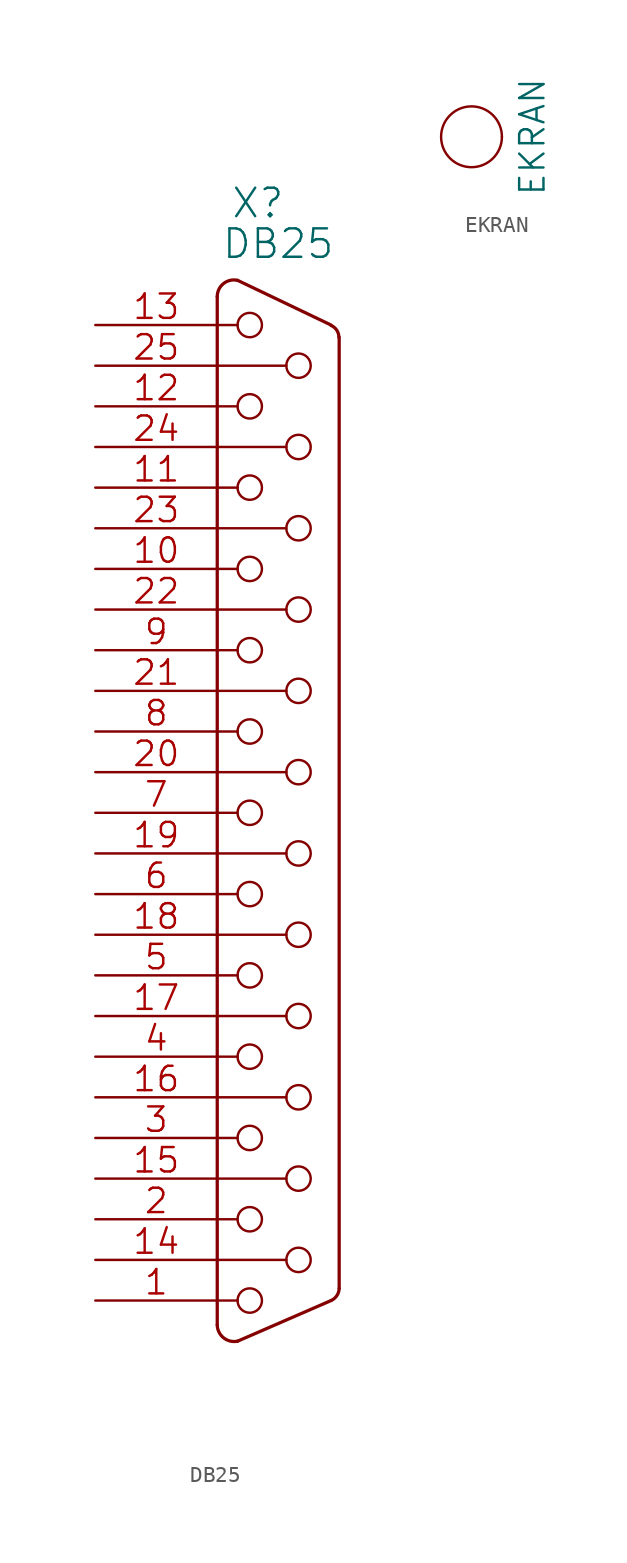
<source format=kicad_sym>
(kicad_symbol_lib
  (version 20211014)
  (generator kicad_symbol_editor)
  (symbol "DB25"
    (pin_names
      (offset 1.016) hide)
    (property "Reference" "X"
      (at -1.27 38.1 0)
      (effects (font (size 1.778 1.778))))
    (property "Value" "DB25"
      (at 0 35.56 0)
      (effects (font (size 1.778 1.778))))
    (property "Footprint" ""
      (at 0 0 0)
      (effects (font (size 1.524 1.524))))
    (property "Datasheet" ""
      (at 0 0 0)
      (effects (font (size 1.524 1.524))))
    (symbol "DB25_0_1"
      (arc (start -3.81 -32.004) (mid -3.4118 -32.8103) (end -2.54 -33.02) (stroke (width 0.2032) (type default) (color 0 0 0 0)) (fill (type none)))
      (arc (start -2.54 33.274) (mid -3.4192 33.0712) (end -3.81 32.258) (stroke (width 0.2032) (type default) (color 0 0 0 0)) (fill (type none)))
      (circle (center -1.778 -30.48) (radius 0.762) (stroke (width 0) (type default) (color 0 0 0 0)) (fill (type none)))
      (circle (center -1.778 -25.4) (radius 0.762) (stroke (width 0) (type default) (color 0 0 0 0)) (fill (type none)))
      (circle (center -1.778 -20.32) (radius 0.762) (stroke (width 0) (type default) (color 0 0 0 0)) (fill (type none)))
      (circle (center -1.778 -15.24) (radius 0.762) (stroke (width 0) (type default) (color 0 0 0 0)) (fill (type none)))
      (circle (center -1.778 -10.16) (radius 0.762) (stroke (width 0) (type default) (color 0 0 0 0)) (fill (type none)))
      (circle (center -1.778 -5.08) (radius 0.762) (stroke (width 0) (type default) (color 0 0 0 0)) (fill (type none)))
      (circle (center -1.778 0) (radius 0.762) (stroke (width 0) (type default) (color 0 0 0 0)) (fill (type none)))
      (circle (center -1.778 5.08) (radius 0.762) (stroke (width 0) (type default) (color 0 0 0 0)) (fill (type none)))
      (circle (center -1.778 10.16) (radius 0.762) (stroke (width 0) (type default) (color 0 0 0 0)) (fill (type none)))
      (circle (center -1.778 15.24) (radius 0.762) (stroke (width 0) (type default) (color 0 0 0 0)) (fill (type none)))
      (circle (center -1.778 20.32) (radius 0.762) (stroke (width 0) (type default) (color 0 0 0 0)) (fill (type none)))
      (circle (center -1.778 25.4) (radius 0.762) (stroke (width 0) (type default) (color 0 0 0 0)) (fill (type none)))
      (circle (center -1.778 30.48) (radius 0.762) (stroke (width 0) (type default) (color 0 0 0 0)) (fill (type none)))
      (polyline (pts (xy -3.81 -32.004) (xy -3.81 32.258)) (stroke (width 0.203) (type default) (color 0 0 0 0)) (fill (type none)))
      (polyline (pts (xy -3.81 -30.48) (xy -2.54 -30.48)) (stroke (width 0) (type default) (color 0 0 0 0)) (fill (type none)))
      (polyline (pts (xy -3.81 -27.94) (xy 0.508 -27.94)) (stroke (width 0) (type default) (color 0 0 0 0)) (fill (type none)))
      (polyline (pts (xy -3.81 -25.4) (xy -2.54 -25.4)) (stroke (width 0) (type default) (color 0 0 0 0)) (fill (type none)))
      (polyline (pts (xy -3.81 -22.86) (xy 0.508 -22.86)) (stroke (width 0) (type default) (color 0 0 0 0)) (fill (type none)))
      (polyline (pts (xy -3.81 -20.32) (xy -2.54 -20.32)) (stroke (width 0) (type default) (color 0 0 0 0)) (fill (type none)))
      (polyline (pts (xy -3.81 -17.78) (xy 0.508 -17.78)) (stroke (width 0) (type default) (color 0 0 0 0)) (fill (type none)))
      (polyline (pts (xy -3.81 -15.24) (xy -2.54 -15.24)) (stroke (width 0) (type default) (color 0 0 0 0)) (fill (type none)))
      (polyline (pts (xy -3.81 -12.7) (xy 0.508 -12.7)) (stroke (width 0) (type default) (color 0 0 0 0)) (fill (type none)))
      (polyline (pts (xy -3.81 -10.16) (xy -2.54 -10.16)) (stroke (width 0) (type default) (color 0 0 0 0)) (fill (type none)))
      (polyline (pts (xy -3.81 -7.62) (xy 0.508 -7.62)) (stroke (width 0) (type default) (color 0 0 0 0)) (fill (type none)))
      (polyline (pts (xy -3.81 -5.08) (xy -2.54 -5.08)) (stroke (width 0) (type default) (color 0 0 0 0)) (fill (type none)))
      (polyline (pts (xy -3.81 -2.54) (xy 0.508 -2.54)) (stroke (width 0) (type default) (color 0 0 0 0)) (fill (type none)))
      (polyline (pts (xy -3.81 0) (xy -2.54 0)) (stroke (width 0) (type default) (color 0 0 0 0)) (fill (type none)))
      (polyline (pts (xy -3.81 2.54) (xy 0.508 2.54)) (stroke (width 0) (type default) (color 0 0 0 0)) (fill (type none)))
      (polyline (pts (xy -3.81 5.08) (xy -2.54 5.08)) (stroke (width 0) (type default) (color 0 0 0 0)) (fill (type none)))
      (polyline (pts (xy -3.81 7.62) (xy 0.508 7.62)) (stroke (width 0) (type default) (color 0 0 0 0)) (fill (type none)))
      (polyline (pts (xy -3.81 10.16) (xy -2.54 10.16)) (stroke (width 0) (type default) (color 0 0 0 0)) (fill (type none)))
      (polyline (pts (xy -3.81 12.7) (xy 0.508 12.7)) (stroke (width 0) (type default) (color 0 0 0 0)) (fill (type none)))
      (polyline (pts (xy -3.81 15.24) (xy -2.54 15.24)) (stroke (width 0) (type default) (color 0 0 0 0)) (fill (type none)))
      (polyline (pts (xy -3.81 17.78) (xy 0.508 17.78)) (stroke (width 0) (type default) (color 0 0 0 0)) (fill (type none)))
      (polyline (pts (xy -3.81 20.32) (xy -2.54 20.32)) (stroke (width 0) (type default) (color 0 0 0 0)) (fill (type none)))
      (polyline (pts (xy -3.81 22.86) (xy 0.508 22.86)) (stroke (width 0) (type default) (color 0 0 0 0)) (fill (type none)))
      (polyline (pts (xy -3.81 25.4) (xy -2.54 25.4)) (stroke (width 0) (type default) (color 0 0 0 0)) (fill (type none)))
      (polyline (pts (xy -3.81 27.94) (xy 0.508 27.94)) (stroke (width 0) (type default) (color 0 0 0 0)) (fill (type none)))
      (polyline (pts (xy -3.81 30.48) (xy -2.54 30.48)) (stroke (width 0) (type default) (color 0 0 0 0)) (fill (type none)))
      (polyline (pts (xy -2.54 -33.02) (xy 3.302 -30.48)) (stroke (width 0.203) (type default) (color 0 0 0 0)) (fill (type none)))
      (polyline (pts (xy 3.302 30.48) (xy -2.54 33.274)) (stroke (width 0.203) (type default) (color 0 0 0 0)) (fill (type none)))
      (polyline (pts (xy 3.81 -29.718) (xy 3.81 29.718)) (stroke (width 0.203) (type default) (color 0 0 0 0)) (fill (type none)))
      (circle (center 1.27 -27.94) (radius 0.762) (stroke (width 0) (type default) (color 0 0 0 0)) (fill (type none)))
      (circle (center 1.27 -22.86) (radius 0.762) (stroke (width 0) (type default) (color 0 0 0 0)) (fill (type none)))
      (circle (center 1.27 -17.78) (radius 0.762) (stroke (width 0) (type default) (color 0 0 0 0)) (fill (type none)))
      (circle (center 1.27 -12.7) (radius 0.762) (stroke (width 0) (type default) (color 0 0 0 0)) (fill (type none)))
      (circle (center 1.27 -7.62) (radius 0.762) (stroke (width 0) (type default) (color 0 0 0 0)) (fill (type none)))
      (circle (center 1.27 -2.54) (radius 0.762) (stroke (width 0) (type default) (color 0 0 0 0)) (fill (type none)))
      (circle (center 1.27 2.54) (radius 0.762) (stroke (width 0) (type default) (color 0 0 0 0)) (fill (type none)))
      (circle (center 1.27 7.62) (radius 0.762) (stroke (width 0) (type default) (color 0 0 0 0)) (fill (type none)))
      (circle (center 1.27 12.7) (radius 0.762) (stroke (width 0) (type default) (color 0 0 0 0)) (fill (type none)))
      (circle (center 1.27 17.78) (radius 0.762) (stroke (width 0) (type default) (color 0 0 0 0)) (fill (type none)))
      (circle (center 1.27 22.86) (radius 0.762) (stroke (width 0) (type default) (color 0 0 0 0)) (fill (type none)))
      (circle (center 1.27 27.94) (radius 0.762) (stroke (width 0) (type default) (color 0 0 0 0)) (fill (type none)))
      (arc (start 3.302 -30.48) (mid 3.6653 -30.1718) (end 3.81 -29.718) (stroke (width 0.2032) (type default) (color 0 0 0 0)) (fill (type none)))
      (arc (start 3.7846 29.718) (mid 3.654 30.1598) (end 3.302 30.4546) (stroke (width 0.2032) (type default) (color 0 0 0 0)) (fill (type none))))
    (symbol "DB25_1_1"
      (pin passive line (at -11.43 -30.48 0) (length 7.62) (name "1" (effects (font (size 1.524 1.524)))) (number "1" (effects (font (size 1.524 1.524)))))
      (pin passive line (at -11.43 15.24 0) (length 7.62) (name "10" (effects (font (size 1.524 1.524)))) (number "10" (effects (font (size 1.524 1.524)))))
      (pin passive line (at -11.43 20.32 0) (length 7.62) (name "11" (effects (font (size 1.524 1.524)))) (number "11" (effects (font (size 1.524 1.524)))))
      (pin passive line (at -11.43 25.4 0) (length 7.62) (name "12" (effects (font (size 1.524 1.524)))) (number "12" (effects (font (size 1.524 1.524)))))
      (pin passive line (at -11.43 30.48 0) (length 7.62) (name "13" (effects (font (size 1.524 1.524)))) (number "13" (effects (font (size 1.524 1.524)))))
      (pin passive line (at -11.43 -27.94 0) (length 7.62) (name "P14" (effects (font (size 1.524 1.524)))) (number "14" (effects (font (size 1.524 1.524)))))
      (pin passive line (at -11.43 -22.86 0) (length 7.62) (name "P15" (effects (font (size 1.524 1.524)))) (number "15" (effects (font (size 1.524 1.524)))))
      (pin passive line (at -11.43 -17.78 0) (length 7.62) (name "P16" (effects (font (size 1.524 1.524)))) (number "16" (effects (font (size 1.524 1.524)))))
      (pin passive line (at -11.43 -12.7 0) (length 7.62) (name "P17" (effects (font (size 1.524 1.524)))) (number "17" (effects (font (size 1.524 1.524)))))
      (pin passive line (at -11.43 -7.62 0) (length 7.62) (name "P18" (effects (font (size 1.524 1.524)))) (number "18" (effects (font (size 1.524 1.524)))))
      (pin passive line (at -11.43 -2.54 0) (length 7.62) (name "P19" (effects (font (size 1.524 1.524)))) (number "19" (effects (font (size 1.524 1.524)))))
      (pin passive line (at -11.43 -25.4 0) (length 7.62) (name "2" (effects (font (size 1.524 1.524)))) (number "2" (effects (font (size 1.524 1.524)))))
      (pin passive line (at -11.43 2.54 0) (length 7.62) (name "P20" (effects (font (size 1.524 1.524)))) (number "20" (effects (font (size 1.524 1.524)))))
      (pin passive line (at -11.43 7.62 0) (length 7.62) (name "P21" (effects (font (size 1.524 1.524)))) (number "21" (effects (font (size 1.524 1.524)))))
      (pin passive line (at -11.43 12.7 0) (length 7.62) (name "P22" (effects (font (size 1.524 1.524)))) (number "22" (effects (font (size 1.524 1.524)))))
      (pin passive line (at -11.43 17.78 0) (length 7.62) (name "P23" (effects (font (size 1.524 1.524)))) (number "23" (effects (font (size 1.524 1.524)))))
      (pin passive line (at -11.43 22.86 0) (length 7.62) (name "P24" (effects (font (size 1.524 1.524)))) (number "24" (effects (font (size 1.524 1.524)))))
      (pin passive line (at -11.43 27.94 0) (length 7.62) (name "P25" (effects (font (size 1.524 1.524)))) (number "25" (effects (font (size 1.524 1.524)))))
      (pin passive line (at -11.43 -20.32 0) (length 7.62) (name "3" (effects (font (size 1.524 1.524)))) (number "3" (effects (font (size 1.524 1.524)))))
      (pin passive line (at -11.43 -15.24 0) (length 7.62) (name "4" (effects (font (size 1.524 1.524)))) (number "4" (effects (font (size 1.524 1.524)))))
      (pin passive line (at -11.43 -10.16 0) (length 7.62) (name "5" (effects (font (size 1.524 1.524)))) (number "5" (effects (font (size 1.524 1.524)))))
      (pin passive line (at -11.43 -5.08 0) (length 7.62) (name "6" (effects (font (size 1.524 1.524)))) (number "6" (effects (font (size 1.524 1.524)))))
      (pin passive line (at -11.43 0 0) (length 7.62) (name "7" (effects (font (size 1.524 1.524)))) (number "7" (effects (font (size 1.524 1.524)))))
      (pin passive line (at -11.43 5.08 0) (length 7.62) (name "8" (effects (font (size 1.524 1.524)))) (number "8" (effects (font (size 1.524 1.524)))))
      (pin passive line (at -11.43 10.16 0) (length 7.62) (name "9" (effects (font (size 1.524 1.524)))) (number "9" (effects (font (size 1.524 1.524)))))))
  (symbol "EKRAN"
    (pin_numbers hide)
    (pin_names
      (offset 0) hide)
    (property "Reference" ""
      (at -2.54 0 90)
      (effects (font (size 1.524 1.524)) hide))
    (property "Value" "EKRAN"
      (at 3.81 0 90)
      (effects (font (size 1.524 1.524))))
    (property "Footprint" ""
      (at 0 0 0)
      (effects (font (size 1.524 1.524))))
    (property "Datasheet" ""
      (at 0 0 0)
      (effects (font (size 1.524 1.524))))
    (symbol "EKRAN_0_1"
      (circle (center 0 0) (radius 1.905) (stroke (width 0) (type default) (color 0 0 0 0)) (fill (type none))))
    (symbol "EKRAN_1_1"
      (pin passive line (at 1.905 0 90) (length 0) (name "~" (effects (font (size 0.762 0.762)))) (number "1" (effects (font (size 1.27 1.27))))))))
</source>
